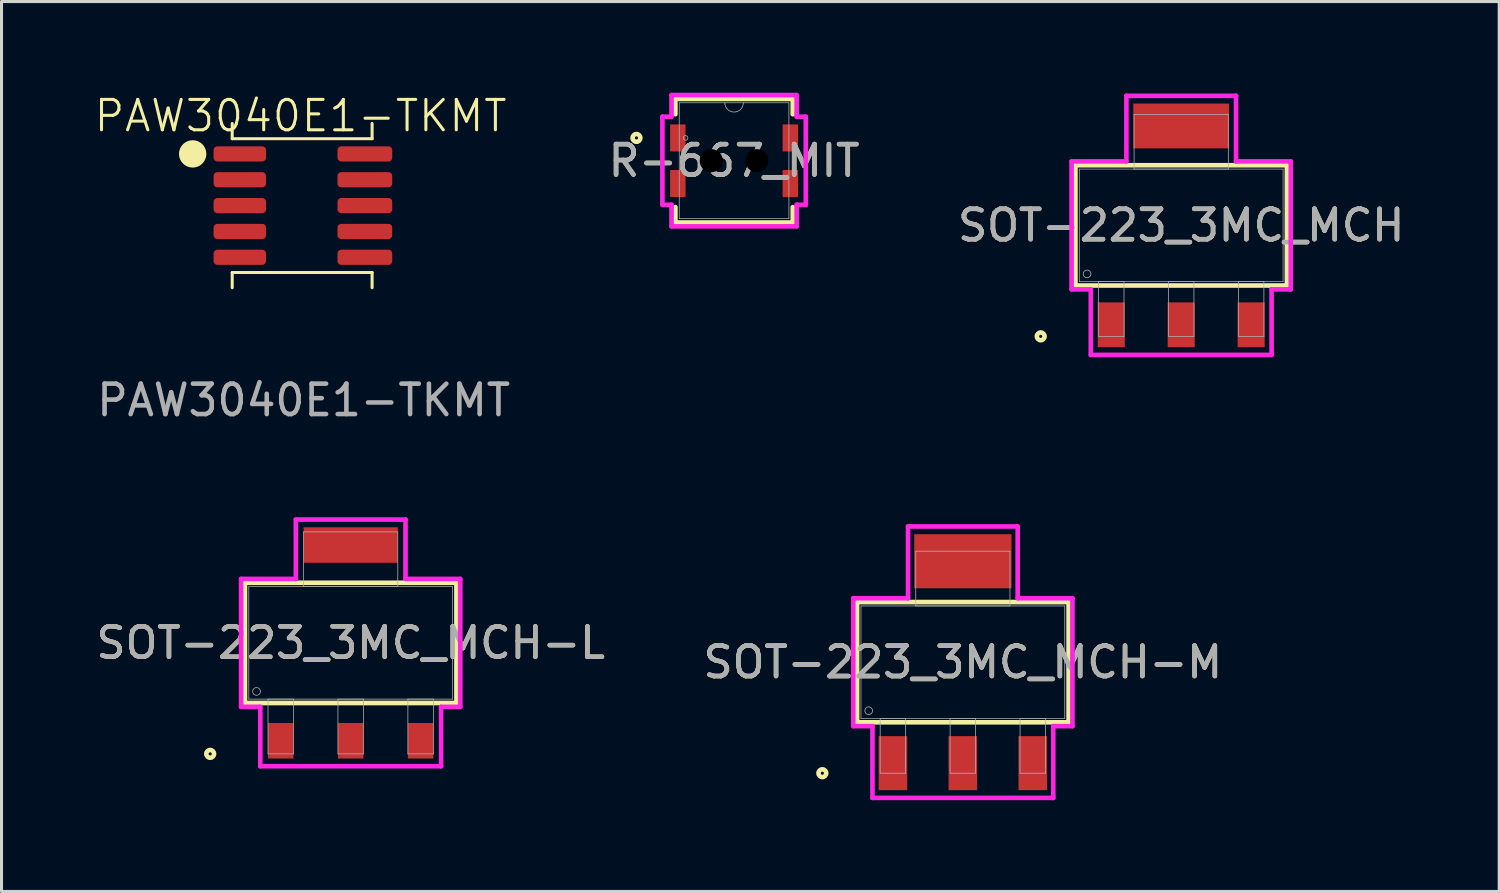
<source format=kicad_pcb>
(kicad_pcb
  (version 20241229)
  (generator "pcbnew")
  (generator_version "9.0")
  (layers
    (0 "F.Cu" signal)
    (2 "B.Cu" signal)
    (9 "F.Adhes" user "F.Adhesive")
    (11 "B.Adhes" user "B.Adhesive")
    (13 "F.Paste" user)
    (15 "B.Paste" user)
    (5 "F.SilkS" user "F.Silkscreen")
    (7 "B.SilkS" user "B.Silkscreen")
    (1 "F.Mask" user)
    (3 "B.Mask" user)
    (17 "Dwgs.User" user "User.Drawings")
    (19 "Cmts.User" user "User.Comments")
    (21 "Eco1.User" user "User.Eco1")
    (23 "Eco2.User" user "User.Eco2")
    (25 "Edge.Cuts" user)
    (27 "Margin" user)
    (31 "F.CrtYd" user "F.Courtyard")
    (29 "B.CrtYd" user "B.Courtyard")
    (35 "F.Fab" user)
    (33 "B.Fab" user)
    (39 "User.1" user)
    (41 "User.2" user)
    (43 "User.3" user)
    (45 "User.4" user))
  (footprint "SOT-223_3MC_MCH-M"
    (layer "F.Cu")
    (at 28.613 18.726)
    (property "Reference" "SOT-223_3MC_MCH-M" (at 0 0 0) (unlocked yes) (layer "F.SilkS") (effects (font (size 1 1) (thickness 0.15))))
    (attr smd)
    (fp_poly (pts (xy 1.6 -4.209) (xy -1.6 -4.209) (xy -1.6 -2.431) (xy 1.6 -2.431)) (stroke (width 0) (type solid)) (fill yes) (layer "F.Cu"))
    (fp_poly (pts (xy 1.651 -4.768) (xy -1.651 -4.768) (xy -1.651 -1.974) (xy 1.651 -1.974)) (stroke (width 0) (type solid)) (fill yes) (layer "F.Mask"))
    (fp_line (start -3.477 -1.977) (end -3.477 1.977) (stroke (width 0.152) (type solid)) (layer "F.SilkS"))
    (fp_line (start -3.477 1.977) (end 3.477 1.977) (stroke (width 0.152) (type solid)) (layer "F.SilkS"))
    (fp_line (start 3.477 -1.977) (end -3.477 -1.977) (stroke (width 0.152) (type solid)) (layer "F.SilkS"))
    (fp_line (start 3.477 1.977) (end 3.477 -1.977) (stroke (width 0.152) (type solid)) (layer "F.SilkS"))
    (fp_circle (center -4.62 3.65) (end -4.493 3.65) (stroke (width 0.152) (type solid)) (fill no) (layer "F.SilkS"))
    (fp_poly (pts (xy 1.6 -4.209) (xy -1.6 -4.209) (xy -1.6 -2.431) (xy 1.6 -2.431)) (stroke (width 0) (type solid)) (fill yes) (layer "F.Paste"))
    (fp_line (start -3.604 -2.104) (end -1.803 -2.104) (stroke (width 0.152) (type solid)) (layer "F.CrtYd"))
    (fp_line (start -3.604 2.104) (end -3.604 -2.104) (stroke (width 0.152) (type solid)) (layer "F.CrtYd"))
    (fp_line (start -2.973 2.104) (end -3.604 2.104) (stroke (width 0.152) (type solid)) (layer "F.CrtYd"))
    (fp_line (start -2.973 4.463) (end -2.973 2.104) (stroke (width 0.152) (type solid)) (layer "F.CrtYd"))
    (fp_line (start -1.803 -4.463) (end 1.803 -4.463) (stroke (width 0.152) (type solid)) (layer "F.CrtYd"))
    (fp_line (start -1.803 -2.104) (end -1.803 -4.463) (stroke (width 0.152) (type solid)) (layer "F.CrtYd"))
    (fp_line (start 1.803 -4.463) (end 1.803 -2.104) (stroke (width 0.152) (type solid)) (layer "F.CrtYd"))
    (fp_line (start 1.803 -2.104) (end 3.604 -2.104) (stroke (width 0.152) (type solid)) (layer "F.CrtYd"))
    (fp_line (start 2.973 2.104) (end 2.973 4.463) (stroke (width 0.152) (type solid)) (layer "F.CrtYd"))
    (fp_line (start 2.973 4.463) (end -2.973 4.463) (stroke (width 0.152) (type solid)) (layer "F.CrtYd"))
    (fp_line (start 3.604 -2.104) (end 3.604 2.104) (stroke (width 0.152) (type solid)) (layer "F.CrtYd"))
    (fp_line (start 3.604 2.104) (end 2.973 2.104) (stroke (width 0.152) (type solid)) (layer "F.CrtYd"))
    (fp_line (start -3.35 -1.85) (end -3.35 1.85) (stroke (width 0.025) (type solid)) (layer "F.Fab"))
    (fp_line (start -3.35 1.85) (end 3.35 1.85) (stroke (width 0.025) (type solid)) (layer "F.Fab"))
    (fp_line (start -2.719 1.85) (end -2.719 3.65) (stroke (width 0.025) (type solid)) (layer "F.Fab"))
    (fp_line (start -2.719 3.65) (end -1.881 3.65) (stroke (width 0.025) (type solid)) (layer "F.Fab"))
    (fp_line (start -1.881 1.85) (end -2.719 1.85) (stroke (width 0.025) (type solid)) (layer "F.Fab"))
    (fp_line (start -1.881 3.65) (end -1.881 1.85) (stroke (width 0.025) (type solid)) (layer "F.Fab"))
    (fp_line (start -1.549 -3.65) (end -1.549 -1.85) (stroke (width 0.025) (type solid)) (layer "F.Fab"))
    (fp_line (start -1.549 -1.85) (end 1.549 -1.85) (stroke (width 0.025) (type solid)) (layer "F.Fab"))
    (fp_line (start -0.419 1.85) (end -0.419 3.65) (stroke (width 0.025) (type solid)) (layer "F.Fab"))
    (fp_line (start -0.419 3.65) (end 0.419 3.65) (stroke (width 0.025) (type solid)) (layer "F.Fab"))
    (fp_line (start 0.419 1.85) (end -0.419 1.85) (stroke (width 0.025) (type solid)) (layer "F.Fab"))
    (fp_line (start 0.419 3.65) (end 0.419 1.85) (stroke (width 0.025) (type solid)) (layer "F.Fab"))
    (fp_line (start 1.549 -3.65) (end -1.549 -3.65) (stroke (width 0.025) (type solid)) (layer "F.Fab"))
    (fp_line (start 1.549 -1.85) (end 1.549 -3.65) (stroke (width 0.025) (type solid)) (layer "F.Fab"))
    (fp_line (start 1.881 1.85) (end 1.881 3.65) (stroke (width 0.025) (type solid)) (layer "F.Fab"))
    (fp_line (start 1.881 3.65) (end 2.719 3.65) (stroke (width 0.025) (type solid)) (layer "F.Fab"))
    (fp_line (start 2.719 1.85) (end 1.881 1.85) (stroke (width 0.025) (type solid)) (layer "F.Fab"))
    (fp_line (start 2.719 3.65) (end 2.719 1.85) (stroke (width 0.025) (type solid)) (layer "F.Fab"))
    (fp_line (start 3.35 -1.85) (end -3.35 -1.85) (stroke (width 0.025) (type solid)) (layer "F.Fab"))
    (fp_line (start 3.35 1.85) (end 3.35 -1.85) (stroke (width 0.025) (type solid)) (layer "F.Fab"))
    (fp_circle (center -3.096 1.596) (end -2.969 1.596) (stroke (width 0.025) (type solid)) (fill no) (layer "F.Fab"))
    (fp_text user "${REFERENCE}" (at 0 0 0) (unlocked yes) (layer "F.Fab") (effects (font (size 1 1) (thickness 0.15))))
    (pad "1" smd rect (at -2.3 3.32) (size 0.94 1.778) (layers "F.Cu" "F.Mask" "F.Paste"))
    (pad "2" smd rect (at 0 3.32) (size 0.94 1.778) (layers "F.Cu" "F.Mask" "F.Paste"))
    (pad "3" smd rect (at 2.3 3.32) (size 0.94 1.778) (layers "F.Cu" "F.Mask" "F.Paste")))
  (footprint "SOT-223_3MC_MCH-L"
    (layer "F.Cu")
    (at 8.482 18.091)
    (property "Reference" "SOT-223_3MC_MCH-L" (at 0 0 0) (unlocked yes) (layer "F.SilkS") (effects (font (size 1 1) (thickness 0.15))))
    (attr smd)
    (fp_poly (pts (xy 1.549 -3.802) (xy -1.549 -3.802) (xy -1.549 -2.634) (xy 1.549 -2.634)) (stroke (width 0) (type solid)) (fill yes) (layer "F.Cu"))
    (fp_poly (pts (xy 1.549 -3.955) (xy -1.549 -3.955) (xy -1.549 -2.38) (xy 1.549 -2.38)) (stroke (width 0) (type solid)) (fill yes) (layer "F.Mask"))
    (fp_line (start -3.477 -1.977) (end -3.477 1.977) (stroke (width 0.152) (type solid)) (layer "F.SilkS"))
    (fp_line (start -3.477 1.977) (end 3.477 1.977) (stroke (width 0.152) (type solid)) (layer "F.SilkS"))
    (fp_line (start 3.477 -1.977) (end -3.477 -1.977) (stroke (width 0.152) (type solid)) (layer "F.SilkS"))
    (fp_line (start 3.477 1.977) (end 3.477 -1.977) (stroke (width 0.152) (type solid)) (layer "F.SilkS"))
    (fp_circle (center -4.62 3.65) (end -4.493 3.65) (stroke (width 0.152) (type solid)) (fill no) (layer "F.SilkS"))
    (fp_poly (pts (xy 1.549 -3.802) (xy -1.549 -3.802) (xy -1.549 -2.634) (xy 1.549 -2.634)) (stroke (width 0) (type solid)) (fill yes) (layer "F.Paste"))
    (fp_line (start -3.604 -2.104) (end -1.803 -2.104) (stroke (width 0.152) (type solid)) (layer "F.CrtYd"))
    (fp_line (start -3.604 2.104) (end -3.604 -2.104) (stroke (width 0.152) (type solid)) (layer "F.CrtYd"))
    (fp_line (start -2.973 2.104) (end -3.604 2.104) (stroke (width 0.152) (type solid)) (layer "F.CrtYd"))
    (fp_line (start -2.973 4.056) (end -2.973 2.104) (stroke (width 0.152) (type solid)) (layer "F.CrtYd"))
    (fp_line (start -1.803 -4.056) (end 1.803 -4.056) (stroke (width 0.152) (type solid)) (layer "F.CrtYd"))
    (fp_line (start -1.803 -2.104) (end -1.803 -4.056) (stroke (width 0.152) (type solid)) (layer "F.CrtYd"))
    (fp_line (start 1.803 -4.056) (end 1.803 -2.104) (stroke (width 0.152) (type solid)) (layer "F.CrtYd"))
    (fp_line (start 1.803 -2.104) (end 3.604 -2.104) (stroke (width 0.152) (type solid)) (layer "F.CrtYd"))
    (fp_line (start 2.973 2.104) (end 2.973 4.056) (stroke (width 0.152) (type solid)) (layer "F.CrtYd"))
    (fp_line (start 2.973 4.056) (end -2.973 4.056) (stroke (width 0.152) (type solid)) (layer "F.CrtYd"))
    (fp_line (start 3.604 -2.104) (end 3.604 2.104) (stroke (width 0.152) (type solid)) (layer "F.CrtYd"))
    (fp_line (start 3.604 2.104) (end 2.973 2.104) (stroke (width 0.152) (type solid)) (layer "F.CrtYd"))
    (fp_line (start -3.35 -1.85) (end -3.35 1.85) (stroke (width 0.025) (type solid)) (layer "F.Fab"))
    (fp_line (start -3.35 1.85) (end 3.35 1.85) (stroke (width 0.025) (type solid)) (layer "F.Fab"))
    (fp_line (start -2.719 1.85) (end -2.719 3.65) (stroke (width 0.025) (type solid)) (layer "F.Fab"))
    (fp_line (start -2.719 3.65) (end -1.881 3.65) (stroke (width 0.025) (type solid)) (layer "F.Fab"))
    (fp_line (start -1.881 1.85) (end -2.719 1.85) (stroke (width 0.025) (type solid)) (layer "F.Fab"))
    (fp_line (start -1.881 3.65) (end -1.881 1.85) (stroke (width 0.025) (type solid)) (layer "F.Fab"))
    (fp_line (start -1.549 -3.65) (end -1.549 -1.85) (stroke (width 0.025) (type solid)) (layer "F.Fab"))
    (fp_line (start -1.549 -1.85) (end 1.549 -1.85) (stroke (width 0.025) (type solid)) (layer "F.Fab"))
    (fp_line (start -0.419 1.85) (end -0.419 3.65) (stroke (width 0.025) (type solid)) (layer "F.Fab"))
    (fp_line (start -0.419 3.65) (end 0.419 3.65) (stroke (width 0.025) (type solid)) (layer "F.Fab"))
    (fp_line (start 0.419 1.85) (end -0.419 1.85) (stroke (width 0.025) (type solid)) (layer "F.Fab"))
    (fp_line (start 0.419 3.65) (end 0.419 1.85) (stroke (width 0.025) (type solid)) (layer "F.Fab"))
    (fp_line (start 1.549 -3.65) (end -1.549 -3.65) (stroke (width 0.025) (type solid)) (layer "F.Fab"))
    (fp_line (start 1.549 -1.85) (end 1.549 -3.65) (stroke (width 0.025) (type solid)) (layer "F.Fab"))
    (fp_line (start 1.881 1.85) (end 1.881 3.65) (stroke (width 0.025) (type solid)) (layer "F.Fab"))
    (fp_line (start 1.881 3.65) (end 2.719 3.65) (stroke (width 0.025) (type solid)) (layer "F.Fab"))
    (fp_line (start 2.719 1.85) (end 1.881 1.85) (stroke (width 0.025) (type solid)) (layer "F.Fab"))
    (fp_line (start 2.719 3.65) (end 2.719 1.85) (stroke (width 0.025) (type solid)) (layer "F.Fab"))
    (fp_line (start 3.35 -1.85) (end -3.35 -1.85) (stroke (width 0.025) (type solid)) (layer "F.Fab"))
    (fp_line (start 3.35 1.85) (end 3.35 -1.85) (stroke (width 0.025) (type solid)) (layer "F.Fab"))
    (fp_circle (center -3.096 1.596) (end -2.969 1.596) (stroke (width 0.025) (type solid)) (fill no) (layer "F.Fab"))
    (fp_text user "${REFERENCE}" (at 0 0 0) (unlocked yes) (layer "F.Fab") (effects (font (size 1 1) (thickness 0.15))))
    (pad "1" smd rect (at -2.3 3.218) (size 0.838 1.168) (layers "F.Cu" "F.Mask" "F.Paste"))
    (pad "2" smd rect (at 0 3.218) (size 0.838 1.168) (layers "F.Cu" "F.Mask" "F.Paste"))
    (pad "3" smd rect (at 2.3 3.218) (size 0.838 1.168) (layers "F.Cu" "F.Mask" "F.Paste")))
  (footprint "R-667_MIT"
    (layer "F.Cu")
    (at 21.09 2.235)
    (property "Reference" "R-667_MIT" (at 0 0 0) (unlocked yes) (layer "F.SilkS") (effects (font (size 1 1) (thickness 0.15))))
    (attr smd)
    (fp_line (start -1.93 -2.032) (end -1.93 -1.527) (stroke (width 0.152) (type solid)) (layer "F.SilkS"))
    (fp_line (start -1.93 1.527) (end -1.93 2.032) (stroke (width 0.152) (type solid)) (layer "F.SilkS"))
    (fp_line (start -1.93 2.032) (end 1.93 2.032) (stroke (width 0.152) (type solid)) (layer "F.SilkS"))
    (fp_line (start 1.93 -2.032) (end -1.93 -2.032) (stroke (width 0.152) (type solid)) (layer "F.SilkS"))
    (fp_line (start 1.93 -1.527) (end 1.93 -2.032) (stroke (width 0.152) (type solid)) (layer "F.SilkS"))
    (fp_line (start 1.93 2.032) (end 1.93 1.527) (stroke (width 0.152) (type solid)) (layer "F.SilkS"))
    (fp_circle (center -3.21 -0.75) (end -3.083 -0.75) (stroke (width 0.152) (type solid)) (fill no) (layer "F.SilkS"))
    (fp_line (start -2.358 -1.448) (end -2.057 -1.448) (stroke (width 0.152) (type solid)) (layer "F.CrtYd"))
    (fp_line (start -2.358 1.448) (end -2.358 -1.448) (stroke (width 0.152) (type solid)) (layer "F.CrtYd"))
    (fp_line (start -2.358 1.448) (end -2.057 1.448) (stroke (width 0.152) (type solid)) (layer "F.CrtYd"))
    (fp_line (start -2.057 -2.159) (end 2.057 -2.159) (stroke (width 0.152) (type solid)) (layer "F.CrtYd"))
    (fp_line (start -2.057 -1.448) (end -2.057 -2.159) (stroke (width 0.152) (type solid)) (layer "F.CrtYd"))
    (fp_line (start -2.057 2.159) (end -2.057 1.448) (stroke (width 0.152) (type solid)) (layer "F.CrtYd"))
    (fp_line (start 2.057 -2.159) (end 2.057 -1.448) (stroke (width 0.152) (type solid)) (layer "F.CrtYd"))
    (fp_line (start 2.057 1.448) (end 2.057 2.159) (stroke (width 0.152) (type solid)) (layer "F.CrtYd"))
    (fp_line (start 2.057 2.159) (end -2.057 2.159) (stroke (width 0.152) (type solid)) (layer "F.CrtYd"))
    (fp_line (start 2.358 -1.448) (end 2.057 -1.448) (stroke (width 0.152) (type solid)) (layer "F.CrtYd"))
    (fp_line (start 2.358 -1.448) (end 2.358 1.448) (stroke (width 0.152) (type solid)) (layer "F.CrtYd"))
    (fp_line (start 2.358 1.448) (end 2.057 1.448) (stroke (width 0.152) (type solid)) (layer "F.CrtYd"))
    (fp_line (start -1.803 -1.905) (end -1.803 1.905) (stroke (width 0.025) (type solid)) (layer "F.Fab"))
    (fp_line (start -1.803 1.905) (end 1.803 1.905) (stroke (width 0.025) (type solid)) (layer "F.Fab"))
    (fp_line (start 1.803 -1.905) (end -1.803 -1.905) (stroke (width 0.025) (type solid)) (layer "F.Fab"))
    (fp_line (start 1.803 1.905) (end 1.803 -1.905) (stroke (width 0.025) (type solid)) (layer "F.Fab"))
    (fp_arc (start 0.3048 -1.905) (mid 0 -1.6002) (end -0.3048 -1.905) (stroke (width 0.0254) (type solid)) (layer "F.Fab"))
    (fp_circle (center -1.596 -0.75) (end -1.52 -0.75) (stroke (width 0.025) (type solid)) (fill no) (layer "F.Fab"))
    (fp_text user "${REFERENCE}" (at 0 0 0) (unlocked yes) (layer "F.Fab") (effects (font (size 1 1) (thickness 0.15))))
    (pad "" np_thru_hole circle (at -0.75 0) (size 0.762 0.762) (drill 0.762) (layers))
    (pad "" np_thru_hole circle (at 0.75 0) (size 0.762 0.762) (drill 0.762) (layers))
    (pad "1" smd rect (at 1.85 0.75) (size 0.508 0.889) (layers "F.Cu" "F.Mask" "F.Paste"))
    (pad "2" smd rect (at -1.85 0.75) (size 0.508 0.889) (layers "F.Cu" "F.Mask" "F.Paste"))
    (pad "3" smd rect (at 1.85 -0.75) (size 0.508 0.889) (layers "F.Cu" "F.Mask" "F.Paste"))
    (pad "4" smd rect (at -1.85 -0.75) (size 0.508 0.889) (layers "F.Cu" "F.Mask" "F.Paste")))
  (footprint "SOT-223_3MC_MCH"
    (layer "F.Cu")
    (at 35.793 4.361)
    (property "Reference" "SOT-223_3MC_MCH" (at 0 0 0) (unlocked yes) (layer "F.SilkS") (effects (font (size 1 1) (thickness 0.15))))
    (attr smd)
    (fp_poly (pts (xy 1.575 -4.006) (xy -1.575 -4.006) (xy -1.575 -2.532) (xy 1.575 -2.532)) (stroke (width 0) (type solid)) (fill yes) (layer "F.Cu"))
    (fp_poly (pts (xy 1.6 -4.361) (xy -1.6 -4.361) (xy -1.6 -2.177) (xy 1.6 -2.177)) (stroke (width 0) (type solid)) (fill yes) (layer "F.Mask"))
    (fp_line (start -3.477 -1.977) (end -3.477 1.977) (stroke (width 0.152) (type solid)) (layer "F.SilkS"))
    (fp_line (start -3.477 1.977) (end 3.477 1.977) (stroke (width 0.152) (type solid)) (layer "F.SilkS"))
    (fp_line (start 3.477 -1.977) (end -3.477 -1.977) (stroke (width 0.152) (type solid)) (layer "F.SilkS"))
    (fp_line (start 3.477 1.977) (end 3.477 -1.977) (stroke (width 0.152) (type solid)) (layer "F.SilkS"))
    (fp_circle (center -4.62 3.65) (end -4.493 3.65) (stroke (width 0.152) (type solid)) (fill no) (layer "F.SilkS"))
    (fp_poly (pts (xy 1.575 -4.006) (xy -1.575 -4.006) (xy -1.575 -2.532) (xy 1.575 -2.532)) (stroke (width 0) (type solid)) (fill yes) (layer "F.Paste"))
    (fp_line (start -3.604 -2.104) (end -1.803 -2.104) (stroke (width 0.152) (type solid)) (layer "F.CrtYd"))
    (fp_line (start -3.604 2.104) (end -3.604 -2.104) (stroke (width 0.152) (type solid)) (layer "F.CrtYd"))
    (fp_line (start -2.973 2.104) (end -3.604 2.104) (stroke (width 0.152) (type solid)) (layer "F.CrtYd"))
    (fp_line (start -2.973 4.26) (end -2.973 2.104) (stroke (width 0.152) (type solid)) (layer "F.CrtYd"))
    (fp_line (start -1.803 -4.26) (end 1.803 -4.26) (stroke (width 0.152) (type solid)) (layer "F.CrtYd"))
    (fp_line (start -1.803 -2.104) (end -1.803 -4.26) (stroke (width 0.152) (type solid)) (layer "F.CrtYd"))
    (fp_line (start 1.803 -4.26) (end 1.803 -2.104) (stroke (width 0.152) (type solid)) (layer "F.CrtYd"))
    (fp_line (start 1.803 -2.104) (end 3.604 -2.104) (stroke (width 0.152) (type solid)) (layer "F.CrtYd"))
    (fp_line (start 2.973 2.104) (end 2.973 4.26) (stroke (width 0.152) (type solid)) (layer "F.CrtYd"))
    (fp_line (start 2.973 4.26) (end -2.973 4.26) (stroke (width 0.152) (type solid)) (layer "F.CrtYd"))
    (fp_line (start 3.604 -2.104) (end 3.604 2.104) (stroke (width 0.152) (type solid)) (layer "F.CrtYd"))
    (fp_line (start 3.604 2.104) (end 2.973 2.104) (stroke (width 0.152) (type solid)) (layer "F.CrtYd"))
    (fp_line (start -3.35 -1.85) (end -3.35 1.85) (stroke (width 0.025) (type solid)) (layer "F.Fab"))
    (fp_line (start -3.35 1.85) (end 3.35 1.85) (stroke (width 0.025) (type solid)) (layer "F.Fab"))
    (fp_line (start -2.719 1.85) (end -2.719 3.65) (stroke (width 0.025) (type solid)) (layer "F.Fab"))
    (fp_line (start -2.719 3.65) (end -1.881 3.65) (stroke (width 0.025) (type solid)) (layer "F.Fab"))
    (fp_line (start -1.881 1.85) (end -2.719 1.85) (stroke (width 0.025) (type solid)) (layer "F.Fab"))
    (fp_line (start -1.881 3.65) (end -1.881 1.85) (stroke (width 0.025) (type solid)) (layer "F.Fab"))
    (fp_line (start -1.549 -3.65) (end -1.549 -1.85) (stroke (width 0.025) (type solid)) (layer "F.Fab"))
    (fp_line (start -1.549 -1.85) (end 1.549 -1.85) (stroke (width 0.025) (type solid)) (layer "F.Fab"))
    (fp_line (start -0.419 1.85) (end -0.419 3.65) (stroke (width 0.025) (type solid)) (layer "F.Fab"))
    (fp_line (start -0.419 3.65) (end 0.419 3.65) (stroke (width 0.025) (type solid)) (layer "F.Fab"))
    (fp_line (start 0.419 1.85) (end -0.419 1.85) (stroke (width 0.025) (type solid)) (layer "F.Fab"))
    (fp_line (start 0.419 3.65) (end 0.419 1.85) (stroke (width 0.025) (type solid)) (layer "F.Fab"))
    (fp_line (start 1.549 -3.65) (end -1.549 -3.65) (stroke (width 0.025) (type solid)) (layer "F.Fab"))
    (fp_line (start 1.549 -1.85) (end 1.549 -3.65) (stroke (width 0.025) (type solid)) (layer "F.Fab"))
    (fp_line (start 1.881 1.85) (end 1.881 3.65) (stroke (width 0.025) (type solid)) (layer "F.Fab"))
    (fp_line (start 1.881 3.65) (end 2.719 3.65) (stroke (width 0.025) (type solid)) (layer "F.Fab"))
    (fp_line (start 2.719 1.85) (end 1.881 1.85) (stroke (width 0.025) (type solid)) (layer "F.Fab"))
    (fp_line (start 2.719 3.65) (end 2.719 1.85) (stroke (width 0.025) (type solid)) (layer "F.Fab"))
    (fp_line (start 3.35 -1.85) (end -3.35 -1.85) (stroke (width 0.025) (type solid)) (layer "F.Fab"))
    (fp_line (start 3.35 1.85) (end 3.35 -1.85) (stroke (width 0.025) (type solid)) (layer "F.Fab"))
    (fp_circle (center -3.096 1.596) (end -2.969 1.596) (stroke (width 0.025) (type solid)) (fill no) (layer "F.Fab"))
    (fp_text user "${REFERENCE}" (at 0 0 0) (unlocked yes) (layer "F.Fab") (effects (font (size 1 1) (thickness 0.15))))
    (pad "1" smd rect (at -2.3 3.269) (size 0.889 1.473) (layers "F.Cu" "F.Mask" "F.Paste"))
    (pad "2" smd rect (at 0 3.269) (size 0.889 1.473) (layers "F.Cu" "F.Mask" "F.Paste"))
    (pad "3" smd rect (at 2.3 3.269) (size 0.889 1.473) (layers "F.Cu" "F.Mask" "F.Paste")))
  (footprint "PAW3040E1-TKMT"
    (layer "F.Cu")
    (at 6.886 3.711)
    (property "Reference" "PAW3040E1-TKMT" (at -0.05 -2.95 0) (unlocked yes) (layer "F.SilkS") (effects (font (size 1 1) (thickness 0.1))))
    (attr smd)
    (fp_line (start -2.3 -2.2) (end -2.3 -2.7) (stroke (width 0.1) (type default)) (layer "F.SilkS"))
    (fp_line (start -2.3 2.2) (end -2.3 2.7) (stroke (width 0.1) (type default)) (layer "F.SilkS"))
    (fp_line (start 2.3 -2.2) (end -2.3 -2.2) (stroke (width 0.1) (type default)) (layer "F.SilkS"))
    (fp_line (start 2.3 -2.2) (end 2.3 -2.7) (stroke (width 0.1) (type default)) (layer "F.SilkS"))
    (fp_line (start 2.3 2.2) (end -2.3 2.2) (stroke (width 0.1) (type default)) (layer "F.SilkS"))
    (fp_line (start 2.3 2.2) (end 2.3 2.7) (stroke (width 0.1) (type default)) (layer "F.SilkS"))
    (fp_circle (center -3.6 -1.7) (end -3.2 -1.7) (stroke (width 0.1) (type solid)) (fill yes) (layer "F.SilkS"))
    (fp_text user "${REFERENCE}" (at 0.05 6.4 0) (unlocked yes) (layer "F.Fab") (effects (font (size 1 1) (thickness 0.15))))
    (pad "1" smd roundrect (at -2.05 -1.7 90) (size 0.5 1.725) (layers "F.Cu" "F.Mask" "F.Paste") (roundrect_rratio 0.25))
    (pad "2" smd roundrect (at -2.05 -0.85 90) (size 0.5 1.725) (layers "F.Cu" "F.Mask" "F.Paste") (roundrect_rratio 0.25))
    (pad "3" smd roundrect (at -2.05 0 90) (size 0.5 1.725) (layers "F.Cu" "F.Mask" "F.Paste") (roundrect_rratio 0.25))
    (pad "4" smd roundrect (at -2.05 0.85 90) (size 0.5 1.725) (layers "F.Cu" "F.Mask" "F.Paste") (roundrect_rratio 0.25))
    (pad "5" smd roundrect (at -2.05 1.7 90) (size 0.5 1.725) (layers "F.Cu" "F.Mask" "F.Paste") (roundrect_rratio 0.25))
    (pad "6" smd roundrect (at 2.062 1.7 90) (size 0.5 1.8) (layers "F.Cu" "F.Mask" "F.Paste") (roundrect_rratio 0.25))
    (pad "7" smd roundrect (at 2.062 0.85 90) (size 0.5 1.8) (layers "F.Cu" "F.Mask" "F.Paste") (roundrect_rratio 0.25))
    (pad "8" smd roundrect (at 2.062 0 90) (size 0.5 1.8) (layers "F.Cu" "F.Mask" "F.Paste") (roundrect_rratio 0.25))
    (pad "9" smd roundrect (at 2.062 -0.85 90) (size 0.5 1.8) (layers "F.Cu" "F.Mask" "F.Paste") (roundrect_rratio 0.25))
    (pad "10" smd roundrect (at 2.062 -1.7 90) (size 0.5 1.8) (layers "F.Cu" "F.Mask" "F.Paste") (roundrect_rratio 0.25)))
  (gr_rect
    (start -3 -3)
    (end 46.251 26.265)
    (stroke (width 0.1) (type default))
    (fill no)
    (layer "Edge.Cuts")))
</source>
